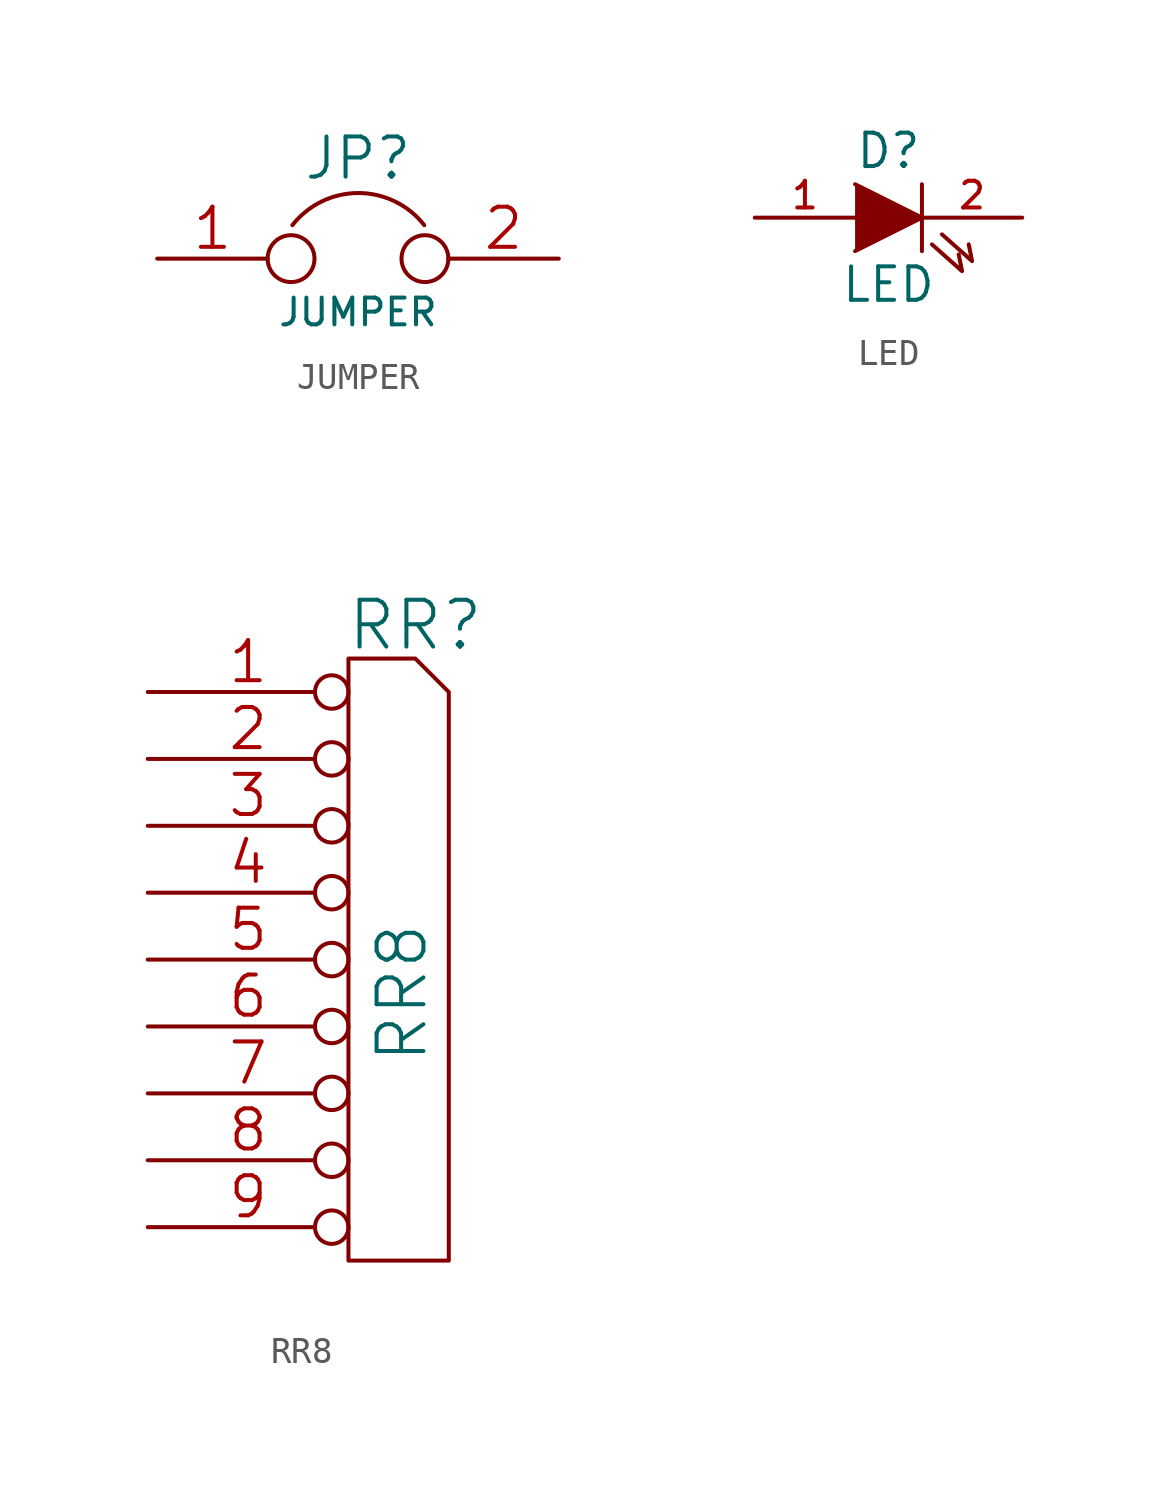
<source format=kicad_sym>
(kicad_symbol_lib
  (version 20241209)
  (generator "kicad_symbol_editor")
  (generator_version "9.0")
  (symbol "JUMPER"
    (pin_names
      (offset 0.762)
      (hide yes))
    (property "Reference" "JP"
      (at 0 3.81 0)
      (effects (font (size 1.524 1.524))))
    (property "Value" "JUMPER"
      (at 0 -2.032 0)
      (effects (font (size 1.016 1.016))))
    (property "Footprint" ""
      (at 0 0 0)
      (effects (font (size 1.524 1.524))))
    (property "Datasheet" ""
      (at 0 0 0)
      (effects (font (size 1.524 1.524))))
    (symbol "JUMPER_0_1"
      (circle (center -2.54 0) (radius 0.889) (stroke (width 0) (type solid)) (fill (type none)))
      (arc (start -2.4892 1.27) (mid 0.0077 2.4896) (end 2.5146 1.27) (stroke (width 0) (type solid)) (fill (type none)))
      (circle (center 2.54 0) (radius 0.889) (stroke (width 0) (type solid)) (fill (type none)))
      (pin passive line (at -7.62 0 0) (length 4.191) (name "1" (effects (font (size 1.524 1.524)))) (number "1" (effects (font (size 1.524 1.524)))))
      (pin passive line (at 7.62 0 180) (length 4.191) (name "2" (effects (font (size 1.524 1.524)))) (number "2" (effects (font (size 1.524 1.524)))))))
  (symbol "LED"
    (pin_names
      (offset 1.016)
      (hide yes))
    (property "Reference" "D"
      (at 0 2.54 0)
      (effects (font (size 1.27 1.27))))
    (property "Value" "LED"
      (at 0 -2.54 0)
      (effects (font (size 1.27 1.27))))
    (property "Footprint" ""
      (at 0 0 0)
      (effects (font (size 1.524 1.524))))
    (property "Datasheet" ""
      (at 0 0 0)
      (effects (font (size 1.524 1.524))))
    (symbol "LED_0_1"
      (polyline (pts (xy -1.27 1.27) (xy 1.27 0) (xy -1.27 -1.27)) (stroke (width 0) (type solid)) (fill (type outline)))
      (polyline (pts (xy 1.27 1.27) (xy 1.27 -1.27)) (stroke (width 0) (type solid)) (fill (type none)))
      (polyline (pts (xy 1.651 -1.016) (xy 2.794 -2.032) (xy 2.667 -1.397)) (stroke (width 0) (type solid)) (fill (type none)))
      (polyline (pts (xy 2.032 -0.635) (xy 3.175 -1.651) (xy 3.048 -1.016)) (stroke (width 0) (type solid)) (fill (type none))))
    (symbol "LED_1_1"
      (pin passive line (at -5.08 0 0) (length 3.81) (name "A" (effects (font (size 1.016 1.016)))) (number "1" (effects (font (size 1.016 1.016)))))
      (pin passive line (at 5.08 0 180) (length 3.81) (name "K" (effects (font (size 1.016 1.016)))) (number "2" (effects (font (size 1.016 1.016)))))))
  (symbol "RR8"
    (pin_names
      (offset 1.016)
      (hide yes))
    (property "Reference" "RR"
      (at 1.27 13.97 0)
      (effects (font (size 1.778 1.778))))
    (property "Value" "RR8"
      (at 0.762 0 90)
      (effects (font (size 1.778 1.778))))
    (property "Footprint" ""
      (at 0 0 0)
      (effects (font (size 1.524 1.524))))
    (property "Datasheet" ""
      (at 0 0 0)
      (effects (font (size 1.524 1.524))))
    (symbol "RR8_0_1"
      (polyline (pts (xy -1.27 -10.16) (xy -1.27 12.7) (xy 1.27 12.7) (xy 2.54 11.43) (xy 2.54 -10.16) (xy -1.27 -10.16)) (stroke (width 0) (type solid)) (fill (type none))))
    (symbol "RR8_1_1"
      (pin passive inverted (at -8.89 11.43 0) (length 7.62) (name "COM" (effects (font (size 1.524 1.524)))) (number "1" (effects (font (size 1.524 1.524)))))
      (pin passive inverted (at -8.89 8.89 0) (length 7.62) (name "2" (effects (font (size 1.524 1.524)))) (number "2" (effects (font (size 1.524 1.524)))))
      (pin passive inverted (at -8.89 6.35 0) (length 7.62) (name "3" (effects (font (size 1.524 1.524)))) (number "3" (effects (font (size 1.524 1.524)))))
      (pin passive inverted (at -8.89 3.81 0) (length 7.62) (name "4" (effects (font (size 1.524 1.524)))) (number "4" (effects (font (size 1.524 1.524)))))
      (pin passive inverted (at -8.89 1.27 0) (length 7.62) (name "5" (effects (font (size 1.524 1.524)))) (number "5" (effects (font (size 1.524 1.524)))))
      (pin passive inverted (at -8.89 -1.27 0) (length 7.62) (name "6" (effects (font (size 1.524 1.524)))) (number "6" (effects (font (size 1.524 1.524)))))
      (pin passive inverted (at -8.89 -3.81 0) (length 7.62) (name "7" (effects (font (size 1.524 1.524)))) (number "7" (effects (font (size 1.524 1.524)))))
      (pin passive inverted (at -8.89 -6.35 0) (length 7.62) (name "8" (effects (font (size 1.524 1.524)))) (number "8" (effects (font (size 1.524 1.524)))))
      (pin passive inverted (at -8.89 -8.89 0) (length 7.62) (name "9" (effects (font (size 1.524 1.524)))) (number "9" (effects (font (size 1.524 1.524))))))))
</source>
